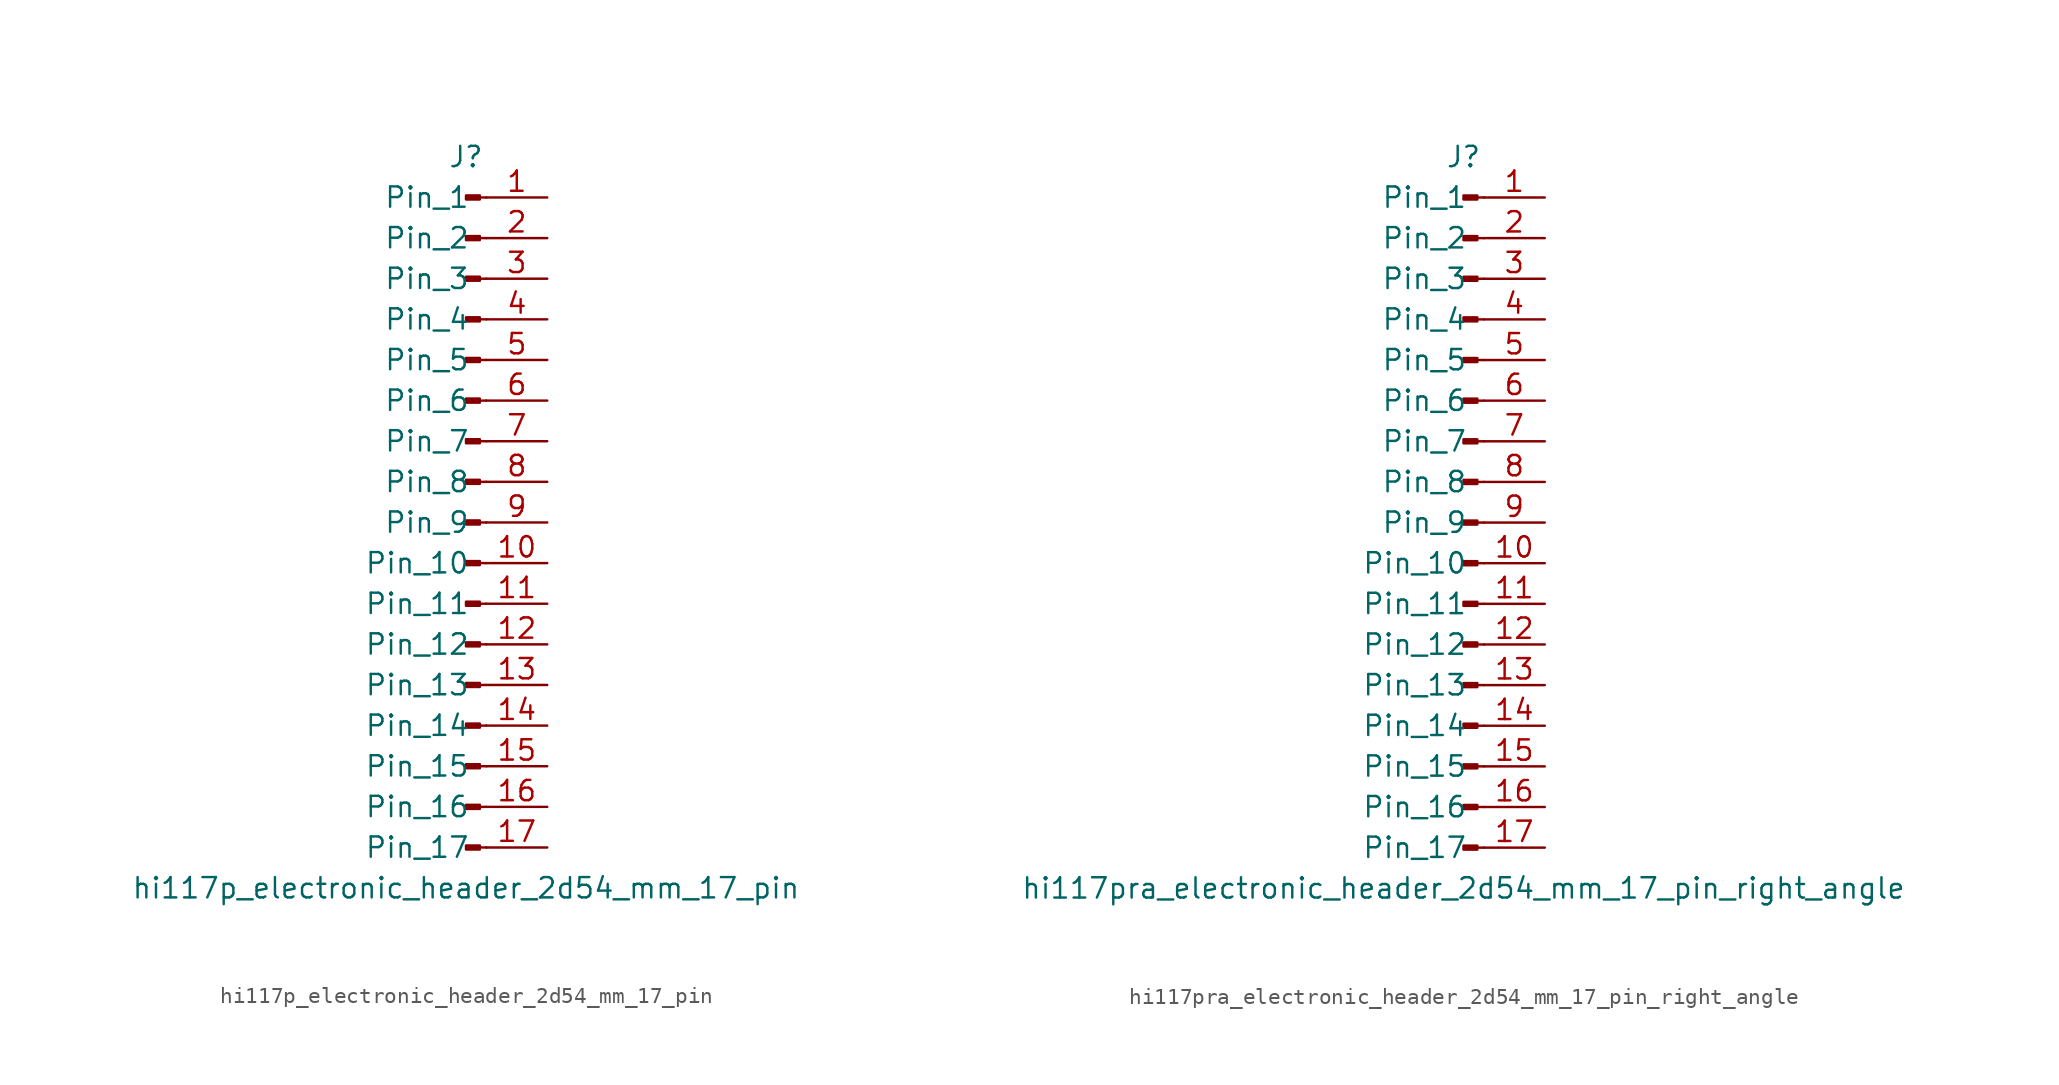
<source format=kicad_sym>
(kicad_symbol_lib
  (version 20220914)
  (generator kicad_symbol_editor)
  (symbol "hi117p_electronic_header_2d54_mm_17_pin"
    (pin_names
      (offset 1.016))
    (property "Reference" "J"
      (at 0 22.86 0)
      (effects (font (size 1.27 1.27))))
    (property "Value" "hi117p_electronic_header_2d54_mm_17_pin"
      (at 0 -22.86 0)
      (effects (font (size 1.27 1.27))))
    (property "ki_locked" ""
      (at 0 0 0)
      (effects (font (size 1.27 1.27))))
    (symbol "hi117p_electronic_header_2d54_mm_17_pin_1_1"
      (polyline (pts (xy 1.27 -20.32) (xy 0.864 -20.32)) (stroke (width 0.152) (type default)) (fill (type none)))
      (polyline (pts (xy 1.27 -17.78) (xy 0.864 -17.78)) (stroke (width 0.152) (type default)) (fill (type none)))
      (polyline (pts (xy 1.27 -15.24) (xy 0.864 -15.24)) (stroke (width 0.152) (type default)) (fill (type none)))
      (polyline (pts (xy 1.27 -12.7) (xy 0.864 -12.7)) (stroke (width 0.152) (type default)) (fill (type none)))
      (polyline (pts (xy 1.27 -10.16) (xy 0.864 -10.16)) (stroke (width 0.152) (type default)) (fill (type none)))
      (polyline (pts (xy 1.27 -7.62) (xy 0.864 -7.62)) (stroke (width 0.152) (type default)) (fill (type none)))
      (polyline (pts (xy 1.27 -5.08) (xy 0.864 -5.08)) (stroke (width 0.152) (type default)) (fill (type none)))
      (polyline (pts (xy 1.27 -2.54) (xy 0.864 -2.54)) (stroke (width 0.152) (type default)) (fill (type none)))
      (polyline (pts (xy 1.27 0) (xy 0.864 0)) (stroke (width 0.152) (type default)) (fill (type none)))
      (polyline (pts (xy 1.27 2.54) (xy 0.864 2.54)) (stroke (width 0.152) (type default)) (fill (type none)))
      (polyline (pts (xy 1.27 5.08) (xy 0.864 5.08)) (stroke (width 0.152) (type default)) (fill (type none)))
      (polyline (pts (xy 1.27 7.62) (xy 0.864 7.62)) (stroke (width 0.152) (type default)) (fill (type none)))
      (polyline (pts (xy 1.27 10.16) (xy 0.864 10.16)) (stroke (width 0.152) (type default)) (fill (type none)))
      (polyline (pts (xy 1.27 12.7) (xy 0.864 12.7)) (stroke (width 0.152) (type default)) (fill (type none)))
      (polyline (pts (xy 1.27 15.24) (xy 0.864 15.24)) (stroke (width 0.152) (type default)) (fill (type none)))
      (polyline (pts (xy 1.27 17.78) (xy 0.864 17.78)) (stroke (width 0.152) (type default)) (fill (type none)))
      (polyline (pts (xy 1.27 20.32) (xy 0.864 20.32)) (stroke (width 0.152) (type default)) (fill (type none)))
      (rectangle (start 0.864 -20.193) (end 0 -20.447) (stroke (width 0.152) (type default)) (fill (type outline)))
      (rectangle (start 0.864 -17.653) (end 0 -17.907) (stroke (width 0.152) (type default)) (fill (type outline)))
      (rectangle (start 0.864 -15.113) (end 0 -15.367) (stroke (width 0.152) (type default)) (fill (type outline)))
      (rectangle (start 0.864 -12.573) (end 0 -12.827) (stroke (width 0.152) (type default)) (fill (type outline)))
      (rectangle (start 0.864 -10.033) (end 0 -10.287) (stroke (width 0.152) (type default)) (fill (type outline)))
      (rectangle (start 0.864 -7.493) (end 0 -7.747) (stroke (width 0.152) (type default)) (fill (type outline)))
      (rectangle (start 0.864 -4.953) (end 0 -5.207) (stroke (width 0.152) (type default)) (fill (type outline)))
      (rectangle (start 0.864 -2.413) (end 0 -2.667) (stroke (width 0.152) (type default)) (fill (type outline)))
      (rectangle (start 0.864 0.127) (end 0 -0.127) (stroke (width 0.152) (type default)) (fill (type outline)))
      (rectangle (start 0.864 2.667) (end 0 2.413) (stroke (width 0.152) (type default)) (fill (type outline)))
      (rectangle (start 0.864 5.207) (end 0 4.953) (stroke (width 0.152) (type default)) (fill (type outline)))
      (rectangle (start 0.864 7.747) (end 0 7.493) (stroke (width 0.152) (type default)) (fill (type outline)))
      (rectangle (start 0.864 10.287) (end 0 10.033) (stroke (width 0.152) (type default)) (fill (type outline)))
      (rectangle (start 0.864 12.827) (end 0 12.573) (stroke (width 0.152) (type default)) (fill (type outline)))
      (rectangle (start 0.864 15.367) (end 0 15.113) (stroke (width 0.152) (type default)) (fill (type outline)))
      (rectangle (start 0.864 17.907) (end 0 17.653) (stroke (width 0.152) (type default)) (fill (type outline)))
      (rectangle (start 0.864 20.447) (end 0 20.193) (stroke (width 0.152) (type default)) (fill (type outline)))
      (pin passive line (at 5.08 20.32 180) (length 3.81) (name "Pin_1" (effects (font (size 1.27 1.27)))) (number "1" (effects (font (size 1.27 1.27)))))
      (pin passive line (at 5.08 -2.54 180) (length 3.81) (name "Pin_10" (effects (font (size 1.27 1.27)))) (number "10" (effects (font (size 1.27 1.27)))))
      (pin passive line (at 5.08 -5.08 180) (length 3.81) (name "Pin_11" (effects (font (size 1.27 1.27)))) (number "11" (effects (font (size 1.27 1.27)))))
      (pin passive line (at 5.08 -7.62 180) (length 3.81) (name "Pin_12" (effects (font (size 1.27 1.27)))) (number "12" (effects (font (size 1.27 1.27)))))
      (pin passive line (at 5.08 -10.16 180) (length 3.81) (name "Pin_13" (effects (font (size 1.27 1.27)))) (number "13" (effects (font (size 1.27 1.27)))))
      (pin passive line (at 5.08 -12.7 180) (length 3.81) (name "Pin_14" (effects (font (size 1.27 1.27)))) (number "14" (effects (font (size 1.27 1.27)))))
      (pin passive line (at 5.08 -15.24 180) (length 3.81) (name "Pin_15" (effects (font (size 1.27 1.27)))) (number "15" (effects (font (size 1.27 1.27)))))
      (pin passive line (at 5.08 -17.78 180) (length 3.81) (name "Pin_16" (effects (font (size 1.27 1.27)))) (number "16" (effects (font (size 1.27 1.27)))))
      (pin passive line (at 5.08 -20.32 180) (length 3.81) (name "Pin_17" (effects (font (size 1.27 1.27)))) (number "17" (effects (font (size 1.27 1.27)))))
      (pin passive line (at 5.08 17.78 180) (length 3.81) (name "Pin_2" (effects (font (size 1.27 1.27)))) (number "2" (effects (font (size 1.27 1.27)))))
      (pin passive line (at 5.08 15.24 180) (length 3.81) (name "Pin_3" (effects (font (size 1.27 1.27)))) (number "3" (effects (font (size 1.27 1.27)))))
      (pin passive line (at 5.08 12.7 180) (length 3.81) (name "Pin_4" (effects (font (size 1.27 1.27)))) (number "4" (effects (font (size 1.27 1.27)))))
      (pin passive line (at 5.08 10.16 180) (length 3.81) (name "Pin_5" (effects (font (size 1.27 1.27)))) (number "5" (effects (font (size 1.27 1.27)))))
      (pin passive line (at 5.08 7.62 180) (length 3.81) (name "Pin_6" (effects (font (size 1.27 1.27)))) (number "6" (effects (font (size 1.27 1.27)))))
      (pin passive line (at 5.08 5.08 180) (length 3.81) (name "Pin_7" (effects (font (size 1.27 1.27)))) (number "7" (effects (font (size 1.27 1.27)))))
      (pin passive line (at 5.08 2.54 180) (length 3.81) (name "Pin_8" (effects (font (size 1.27 1.27)))) (number "8" (effects (font (size 1.27 1.27)))))
      (pin passive line (at 5.08 0 180) (length 3.81) (name "Pin_9" (effects (font (size 1.27 1.27)))) (number "9" (effects (font (size 1.27 1.27)))))))
  (symbol "hi117pra_electronic_header_2d54_mm_17_pin_right_angle"
    (pin_names
      (offset 1.016))
    (property "Reference" "J"
      (at 0 22.86 0)
      (effects (font (size 1.27 1.27))))
    (property "Value" "hi117pra_electronic_header_2d54_mm_17_pin_right_angle"
      (at 0 -22.86 0)
      (effects (font (size 1.27 1.27))))
    (property "ki_locked" ""
      (at 0 0 0)
      (effects (font (size 1.27 1.27))))
    (symbol "hi117pra_electronic_header_2d54_mm_17_pin_right_angle_1_1"
      (polyline (pts (xy 1.27 -20.32) (xy 0.864 -20.32)) (stroke (width 0.152) (type default)) (fill (type none)))
      (polyline (pts (xy 1.27 -17.78) (xy 0.864 -17.78)) (stroke (width 0.152) (type default)) (fill (type none)))
      (polyline (pts (xy 1.27 -15.24) (xy 0.864 -15.24)) (stroke (width 0.152) (type default)) (fill (type none)))
      (polyline (pts (xy 1.27 -12.7) (xy 0.864 -12.7)) (stroke (width 0.152) (type default)) (fill (type none)))
      (polyline (pts (xy 1.27 -10.16) (xy 0.864 -10.16)) (stroke (width 0.152) (type default)) (fill (type none)))
      (polyline (pts (xy 1.27 -7.62) (xy 0.864 -7.62)) (stroke (width 0.152) (type default)) (fill (type none)))
      (polyline (pts (xy 1.27 -5.08) (xy 0.864 -5.08)) (stroke (width 0.152) (type default)) (fill (type none)))
      (polyline (pts (xy 1.27 -2.54) (xy 0.864 -2.54)) (stroke (width 0.152) (type default)) (fill (type none)))
      (polyline (pts (xy 1.27 0) (xy 0.864 0)) (stroke (width 0.152) (type default)) (fill (type none)))
      (polyline (pts (xy 1.27 2.54) (xy 0.864 2.54)) (stroke (width 0.152) (type default)) (fill (type none)))
      (polyline (pts (xy 1.27 5.08) (xy 0.864 5.08)) (stroke (width 0.152) (type default)) (fill (type none)))
      (polyline (pts (xy 1.27 7.62) (xy 0.864 7.62)) (stroke (width 0.152) (type default)) (fill (type none)))
      (polyline (pts (xy 1.27 10.16) (xy 0.864 10.16)) (stroke (width 0.152) (type default)) (fill (type none)))
      (polyline (pts (xy 1.27 12.7) (xy 0.864 12.7)) (stroke (width 0.152) (type default)) (fill (type none)))
      (polyline (pts (xy 1.27 15.24) (xy 0.864 15.24)) (stroke (width 0.152) (type default)) (fill (type none)))
      (polyline (pts (xy 1.27 17.78) (xy 0.864 17.78)) (stroke (width 0.152) (type default)) (fill (type none)))
      (polyline (pts (xy 1.27 20.32) (xy 0.864 20.32)) (stroke (width 0.152) (type default)) (fill (type none)))
      (rectangle (start 0.864 -20.193) (end 0 -20.447) (stroke (width 0.152) (type default)) (fill (type outline)))
      (rectangle (start 0.864 -17.653) (end 0 -17.907) (stroke (width 0.152) (type default)) (fill (type outline)))
      (rectangle (start 0.864 -15.113) (end 0 -15.367) (stroke (width 0.152) (type default)) (fill (type outline)))
      (rectangle (start 0.864 -12.573) (end 0 -12.827) (stroke (width 0.152) (type default)) (fill (type outline)))
      (rectangle (start 0.864 -10.033) (end 0 -10.287) (stroke (width 0.152) (type default)) (fill (type outline)))
      (rectangle (start 0.864 -7.493) (end 0 -7.747) (stroke (width 0.152) (type default)) (fill (type outline)))
      (rectangle (start 0.864 -4.953) (end 0 -5.207) (stroke (width 0.152) (type default)) (fill (type outline)))
      (rectangle (start 0.864 -2.413) (end 0 -2.667) (stroke (width 0.152) (type default)) (fill (type outline)))
      (rectangle (start 0.864 0.127) (end 0 -0.127) (stroke (width 0.152) (type default)) (fill (type outline)))
      (rectangle (start 0.864 2.667) (end 0 2.413) (stroke (width 0.152) (type default)) (fill (type outline)))
      (rectangle (start 0.864 5.207) (end 0 4.953) (stroke (width 0.152) (type default)) (fill (type outline)))
      (rectangle (start 0.864 7.747) (end 0 7.493) (stroke (width 0.152) (type default)) (fill (type outline)))
      (rectangle (start 0.864 10.287) (end 0 10.033) (stroke (width 0.152) (type default)) (fill (type outline)))
      (rectangle (start 0.864 12.827) (end 0 12.573) (stroke (width 0.152) (type default)) (fill (type outline)))
      (rectangle (start 0.864 15.367) (end 0 15.113) (stroke (width 0.152) (type default)) (fill (type outline)))
      (rectangle (start 0.864 17.907) (end 0 17.653) (stroke (width 0.152) (type default)) (fill (type outline)))
      (rectangle (start 0.864 20.447) (end 0 20.193) (stroke (width 0.152) (type default)) (fill (type outline)))
      (pin passive line (at 5.08 20.32 180) (length 3.81) (name "Pin_1" (effects (font (size 1.27 1.27)))) (number "1" (effects (font (size 1.27 1.27)))))
      (pin passive line (at 5.08 -2.54 180) (length 3.81) (name "Pin_10" (effects (font (size 1.27 1.27)))) (number "10" (effects (font (size 1.27 1.27)))))
      (pin passive line (at 5.08 -5.08 180) (length 3.81) (name "Pin_11" (effects (font (size 1.27 1.27)))) (number "11" (effects (font (size 1.27 1.27)))))
      (pin passive line (at 5.08 -7.62 180) (length 3.81) (name "Pin_12" (effects (font (size 1.27 1.27)))) (number "12" (effects (font (size 1.27 1.27)))))
      (pin passive line (at 5.08 -10.16 180) (length 3.81) (name "Pin_13" (effects (font (size 1.27 1.27)))) (number "13" (effects (font (size 1.27 1.27)))))
      (pin passive line (at 5.08 -12.7 180) (length 3.81) (name "Pin_14" (effects (font (size 1.27 1.27)))) (number "14" (effects (font (size 1.27 1.27)))))
      (pin passive line (at 5.08 -15.24 180) (length 3.81) (name "Pin_15" (effects (font (size 1.27 1.27)))) (number "15" (effects (font (size 1.27 1.27)))))
      (pin passive line (at 5.08 -17.78 180) (length 3.81) (name "Pin_16" (effects (font (size 1.27 1.27)))) (number "16" (effects (font (size 1.27 1.27)))))
      (pin passive line (at 5.08 -20.32 180) (length 3.81) (name "Pin_17" (effects (font (size 1.27 1.27)))) (number "17" (effects (font (size 1.27 1.27)))))
      (pin passive line (at 5.08 17.78 180) (length 3.81) (name "Pin_2" (effects (font (size 1.27 1.27)))) (number "2" (effects (font (size 1.27 1.27)))))
      (pin passive line (at 5.08 15.24 180) (length 3.81) (name "Pin_3" (effects (font (size 1.27 1.27)))) (number "3" (effects (font (size 1.27 1.27)))))
      (pin passive line (at 5.08 12.7 180) (length 3.81) (name "Pin_4" (effects (font (size 1.27 1.27)))) (number "4" (effects (font (size 1.27 1.27)))))
      (pin passive line (at 5.08 10.16 180) (length 3.81) (name "Pin_5" (effects (font (size 1.27 1.27)))) (number "5" (effects (font (size 1.27 1.27)))))
      (pin passive line (at 5.08 7.62 180) (length 3.81) (name "Pin_6" (effects (font (size 1.27 1.27)))) (number "6" (effects (font (size 1.27 1.27)))))
      (pin passive line (at 5.08 5.08 180) (length 3.81) (name "Pin_7" (effects (font (size 1.27 1.27)))) (number "7" (effects (font (size 1.27 1.27)))))
      (pin passive line (at 5.08 2.54 180) (length 3.81) (name "Pin_8" (effects (font (size 1.27 1.27)))) (number "8" (effects (font (size 1.27 1.27)))))
      (pin passive line (at 5.08 0 180) (length 3.81) (name "Pin_9" (effects (font (size 1.27 1.27)))) (number "9" (effects (font (size 1.27 1.27))))))))
</source>
